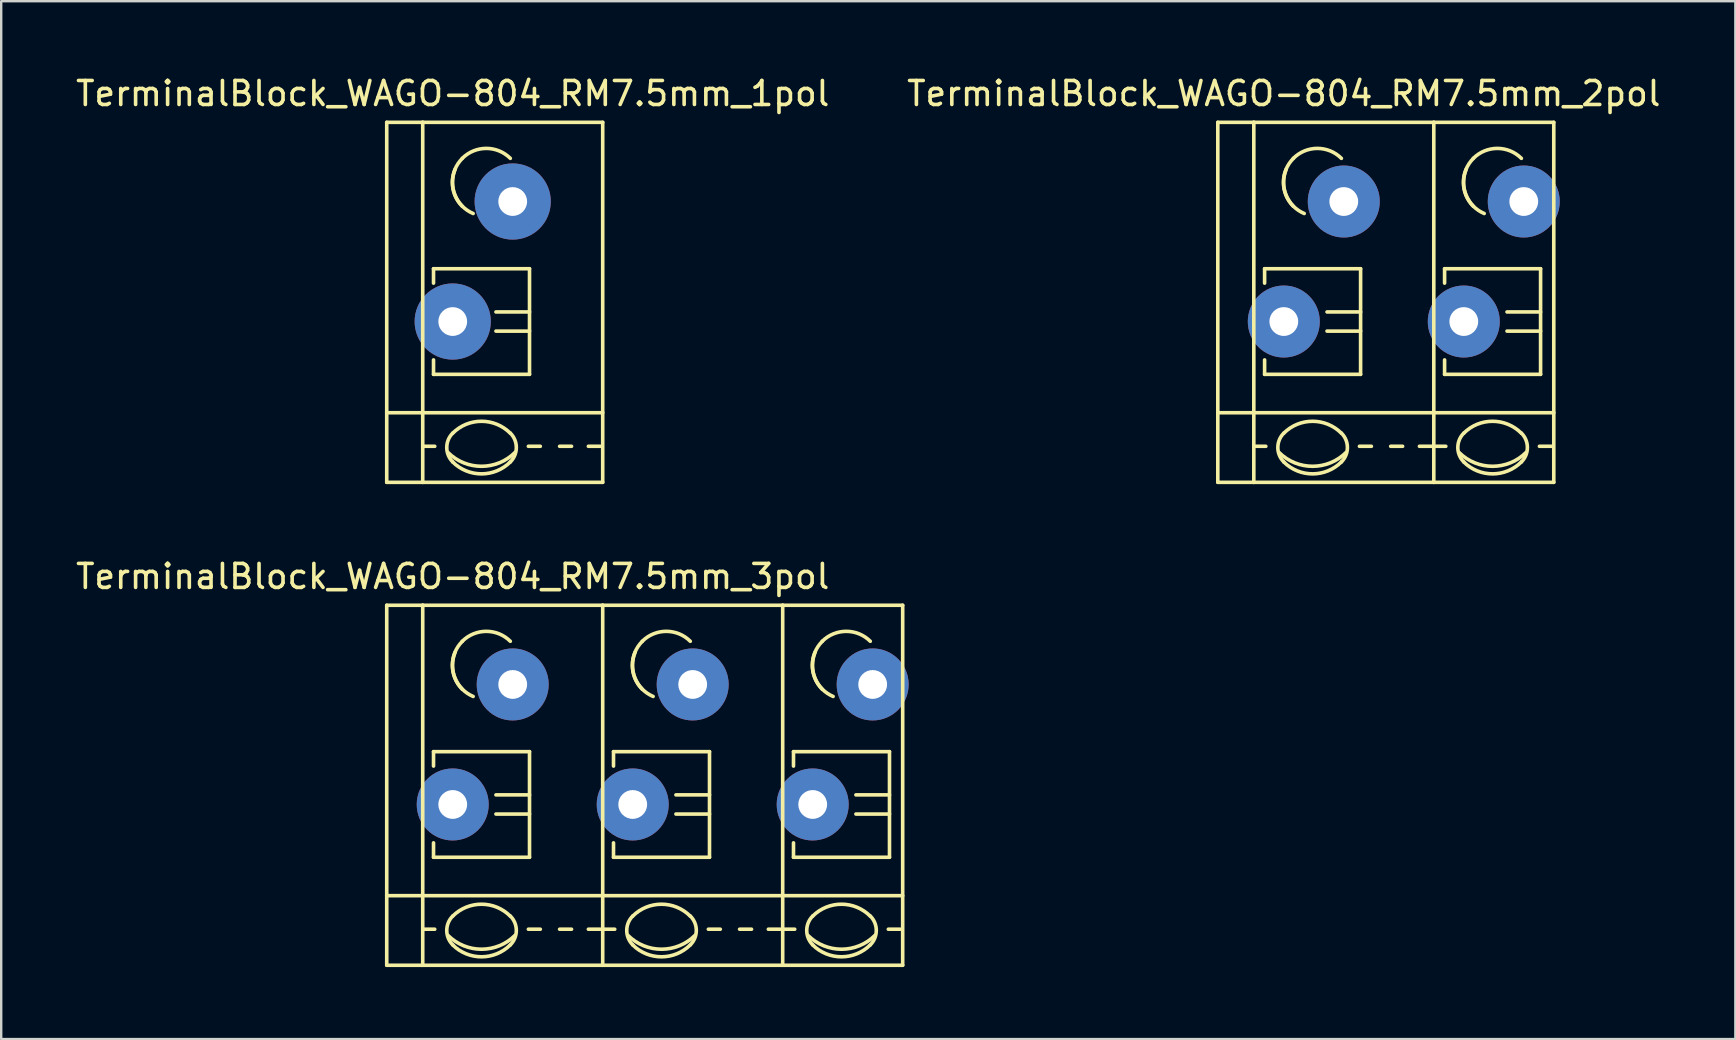
<source format=kicad_pcb>
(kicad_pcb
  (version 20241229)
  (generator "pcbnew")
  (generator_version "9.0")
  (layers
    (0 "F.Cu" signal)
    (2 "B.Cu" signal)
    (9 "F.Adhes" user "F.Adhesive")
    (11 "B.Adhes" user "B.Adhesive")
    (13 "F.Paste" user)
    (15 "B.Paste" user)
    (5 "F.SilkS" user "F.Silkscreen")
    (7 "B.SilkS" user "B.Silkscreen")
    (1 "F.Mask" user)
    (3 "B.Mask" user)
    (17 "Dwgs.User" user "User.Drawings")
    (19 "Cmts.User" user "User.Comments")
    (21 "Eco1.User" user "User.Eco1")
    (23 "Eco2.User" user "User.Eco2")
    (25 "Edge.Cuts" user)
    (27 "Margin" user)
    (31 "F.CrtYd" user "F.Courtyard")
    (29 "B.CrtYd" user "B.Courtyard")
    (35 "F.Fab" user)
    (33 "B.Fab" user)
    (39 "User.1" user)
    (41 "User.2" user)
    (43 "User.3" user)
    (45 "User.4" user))
  (footprint "TerminalBlock_WAGO-804_RM7.5mm_3pol"
    (layer "F.Cu")
    (at 15.815 30.472)
    (property "Reference" "TerminalBlock_WAGO-804_RM7.5mm_3pol" (at 0 -9.5 0) (layer "F.SilkS") (effects (font (size 1 1) (thickness 0.15))))
    (attr through_hole)
    (fp_line (start -2.75 -8.3) (end -1.25 -8.3) (stroke (width 0.15) (type solid)) (layer "F.SilkS"))
    (fp_line (start -2.75 6.7) (end -2.75 -8.3) (stroke (width 0.15) (type solid)) (layer "F.SilkS"))
    (fp_line (start -1.25 3.8) (end -2.75 3.8) (stroke (width 0.15) (type solid)) (layer "F.SilkS"))
    (fp_line (start -1.25 3.8) (end 6.25 3.8) (stroke (width 0.15) (type solid)) (layer "F.SilkS"))
    (fp_line (start -1.25 6.7) (end -2.75 6.7) (stroke (width 0.15) (type solid)) (layer "F.SilkS"))
    (fp_line (start -1.25 5.199) (end -0.749 5.199) (stroke (width 0.15) (type solid)) (layer "F.SilkS"))
    (fp_line (start -1.25 6.701) (end -1.25 -8.301) (stroke (width 0.15) (type solid)) (layer "F.SilkS"))
    (fp_line (start -0.8 -2.2) (end -0.8 -1.6) (stroke (width 0.15) (type solid)) (layer "F.SilkS"))
    (fp_line (start -0.8 -2.2) (end 3.2 -2.2) (stroke (width 0.15) (type solid)) (layer "F.SilkS"))
    (fp_line (start -0.8 2.2) (end -0.8 1.6) (stroke (width 0.15) (type solid)) (layer "F.SilkS"))
    (fp_line (start 3.2 -2.2) (end 3.2 2.2) (stroke (width 0.15) (type solid)) (layer "F.SilkS"))
    (fp_line (start 3.2 -0.399) (end 1.801 -0.399) (stroke (width 0.15) (type solid)) (layer "F.SilkS"))
    (fp_line (start 3.2 0.399) (end 1.801 0.399) (stroke (width 0.15) (type solid)) (layer "F.SilkS"))
    (fp_line (start 3.2 2.2) (end -0.8 2.2) (stroke (width 0.15) (type solid)) (layer "F.SilkS"))
    (fp_line (start 3.65 5.199) (end 3.152 5.199) (stroke (width 0.15) (type solid)) (layer "F.SilkS"))
    (fp_line (start 4.951 5.199) (end 4.454 5.199) (stroke (width 0.15) (type solid)) (layer "F.SilkS"))
    (fp_line (start 6.149 5.199) (end 5.652 5.199) (stroke (width 0.15) (type solid)) (layer "F.SilkS"))
    (fp_line (start 6.25 -8.3) (end -1.25 -8.3) (stroke (width 0.15) (type solid)) (layer "F.SilkS"))
    (fp_line (start 6.25 3.8) (end 13.75 3.8) (stroke (width 0.15) (type solid)) (layer "F.SilkS"))
    (fp_line (start 6.25 6.7) (end -1.25 6.7) (stroke (width 0.15) (type solid)) (layer "F.SilkS"))
    (fp_line (start 6.25 5.199) (end 6.751 5.199) (stroke (width 0.15) (type solid)) (layer "F.SilkS"))
    (fp_line (start 6.25 6.701) (end 6.25 -8.301) (stroke (width 0.15) (type solid)) (layer "F.SilkS"))
    (fp_line (start 6.7 -2.2) (end 6.7 -1.6) (stroke (width 0.15) (type solid)) (layer "F.SilkS"))
    (fp_line (start 6.7 -2.2) (end 10.7 -2.2) (stroke (width 0.15) (type solid)) (layer "F.SilkS"))
    (fp_line (start 6.7 2.2) (end 6.7 1.6) (stroke (width 0.15) (type solid)) (layer "F.SilkS"))
    (fp_line (start 10.7 -2.2) (end 10.7 2.2) (stroke (width 0.15) (type solid)) (layer "F.SilkS"))
    (fp_line (start 10.7 -0.399) (end 9.301 -0.399) (stroke (width 0.15) (type solid)) (layer "F.SilkS"))
    (fp_line (start 10.7 0.399) (end 9.301 0.399) (stroke (width 0.15) (type solid)) (layer "F.SilkS"))
    (fp_line (start 10.7 2.2) (end 6.7 2.2) (stroke (width 0.15) (type solid)) (layer "F.SilkS"))
    (fp_line (start 11.15 5.199) (end 10.652 5.199) (stroke (width 0.15) (type solid)) (layer "F.SilkS"))
    (fp_line (start 12.451 5.199) (end 11.954 5.199) (stroke (width 0.15) (type solid)) (layer "F.SilkS"))
    (fp_line (start 13.649 5.199) (end 13.152 5.199) (stroke (width 0.15) (type solid)) (layer "F.SilkS"))
    (fp_line (start 13.75 -8.3) (end 6.25 -8.3) (stroke (width 0.15) (type solid)) (layer "F.SilkS"))
    (fp_line (start 13.75 -8.3) (end 18.75 -8.3) (stroke (width 0.15) (type solid)) (layer "F.SilkS"))
    (fp_line (start 13.75 3.8) (end 18.75 3.8) (stroke (width 0.15) (type solid)) (layer "F.SilkS"))
    (fp_line (start 13.75 6.7) (end 6.25 6.7) (stroke (width 0.15) (type solid)) (layer "F.SilkS"))
    (fp_line (start 13.75 6.7) (end 13.75 -8.3) (stroke (width 0.15) (type solid)) (layer "F.SilkS"))
    (fp_line (start 13.75 6.7) (end 18.75 6.7) (stroke (width 0.15) (type solid)) (layer "F.SilkS"))
    (fp_line (start 13.75 5.199) (end 14.251 5.199) (stroke (width 0.15) (type solid)) (layer "F.SilkS"))
    (fp_line (start 14.2 -2.2) (end 14.2 -1.6) (stroke (width 0.15) (type solid)) (layer "F.SilkS"))
    (fp_line (start 14.2 -2.2) (end 18.2 -2.2) (stroke (width 0.15) (type solid)) (layer "F.SilkS"))
    (fp_line (start 14.2 2.2) (end 14.2 1.6) (stroke (width 0.15) (type solid)) (layer "F.SilkS"))
    (fp_line (start 18.2 -2.2) (end 18.2 2.2) (stroke (width 0.15) (type solid)) (layer "F.SilkS"))
    (fp_line (start 18.2 -0.399) (end 16.801 -0.399) (stroke (width 0.15) (type solid)) (layer "F.SilkS"))
    (fp_line (start 18.2 0.399) (end 16.801 0.399) (stroke (width 0.15) (type solid)) (layer "F.SilkS"))
    (fp_line (start 18.2 2.2) (end 14.2 2.2) (stroke (width 0.15) (type solid)) (layer "F.SilkS"))
    (fp_line (start 18.65 5.199) (end 18.152 5.199) (stroke (width 0.15) (type solid)) (layer "F.SilkS"))
    (fp_line (start 18.75 6.7) (end 18.75 -8.3) (stroke (width 0.15) (type solid)) (layer "F.SilkS"))
    (fp_arc (start 0 4.65328) (mid 1.19888 4.156688) (end 2.39776 4.65328) (stroke (width 0.15) (type solid)) (layer "F.SilkS"))
    (fp_arc (start 0 5.84962) (mid -0.248296 5.25018) (end 0 4.65074) (stroke (width 0.15) (type solid)) (layer "F.SilkS"))
    (fp_arc (start 0.39878 -6.79958) (mid 1.39954 -7.214108) (end 2.4003 -6.79958) (stroke (width 0.15) (type solid)) (layer "F.SilkS"))
    (fp_arc (start 0.39878 -4.8006) (mid -0.013952 -5.800616) (end 0.40132 -6.79958) (stroke (width 0.15) (type solid)) (layer "F.SilkS"))
    (fp_arc (start 0.8509 -4.50088) (mid 0.093811 -5.268985) (end 0.1016 -6.34746) (stroke (width 0.15) (type solid)) (layer "F.SilkS"))
    (fp_arc (start 2.4003 5.84962) (mid 1.200676 6.348008) (end 0 5.85216) (stroke (width 0.15) (type solid)) (layer "F.SilkS"))
    (fp_arc (start 2.40284 4.65074) (mid 2.650392 5.251976) (end 2.4003 5.85216) (stroke (width 0.15) (type solid)) (layer "F.SilkS"))
    (fp_arc (start 2.60096 5.45084) (mid 1.200676 6.032345) (end -0.20066 5.45338) (stroke (width 0.15) (type solid)) (layer "F.SilkS"))
    (fp_arc (start 7.5 4.65328) (mid 8.69888 4.156688) (end 9.89776 4.65328) (stroke (width 0.15) (type solid)) (layer "F.SilkS"))
    (fp_arc (start 7.5 5.84962) (mid 7.251704 5.25018) (end 7.5 4.65074) (stroke (width 0.15) (type solid)) (layer "F.SilkS"))
    (fp_arc (start 7.89878 -6.79958) (mid 8.89954 -7.214108) (end 9.9003 -6.79958) (stroke (width 0.15) (type solid)) (layer "F.SilkS"))
    (fp_arc (start 7.89878 -4.8006) (mid 7.486048 -5.800616) (end 7.90132 -6.79958) (stroke (width 0.15) (type solid)) (layer "F.SilkS"))
    (fp_arc (start 8.3509 -4.50088) (mid 7.593811 -5.268985) (end 7.6016 -6.34746) (stroke (width 0.15) (type solid)) (layer "F.SilkS"))
    (fp_arc (start 9.9003 5.84962) (mid 8.700676 6.348008) (end 7.5 5.85216) (stroke (width 0.15) (type solid)) (layer "F.SilkS"))
    (fp_arc (start 9.90284 4.65074) (mid 10.150392 5.251976) (end 9.9003 5.85216) (stroke (width 0.15) (type solid)) (layer "F.SilkS"))
    (fp_arc (start 10.10096 5.45084) (mid 8.700676 6.032345) (end 7.29934 5.45338) (stroke (width 0.15) (type solid)) (layer "F.SilkS"))
    (fp_arc (start 15 4.65328) (mid 16.19888 4.156688) (end 17.39776 4.65328) (stroke (width 0.15) (type solid)) (layer "F.SilkS"))
    (fp_arc (start 15 5.84962) (mid 14.751704 5.25018) (end 15 4.65074) (stroke (width 0.15) (type solid)) (layer "F.SilkS"))
    (fp_arc (start 15.39878 -6.79958) (mid 16.39954 -7.214108) (end 17.4003 -6.79958) (stroke (width 0.15) (type solid)) (layer "F.SilkS"))
    (fp_arc (start 15.39878 -4.8006) (mid 14.986048 -5.800616) (end 15.40132 -6.79958) (stroke (width 0.15) (type solid)) (layer "F.SilkS"))
    (fp_arc (start 15.8509 -4.50088) (mid 15.093811 -5.268985) (end 15.1016 -6.34746) (stroke (width 0.15) (type solid)) (layer "F.SilkS"))
    (fp_arc (start 17.4003 5.84962) (mid 16.200676 6.348008) (end 15 5.85216) (stroke (width 0.15) (type solid)) (layer "F.SilkS"))
    (fp_arc (start 17.40284 4.65074) (mid 17.650392 5.251976) (end 17.4003 5.85216) (stroke (width 0.15) (type solid)) (layer "F.SilkS"))
    (fp_arc (start 17.60096 5.45084) (mid 16.200676 6.032345) (end 14.79934 5.45338) (stroke (width 0.15) (type solid)) (layer "F.SilkS"))
    (pad "1" thru_hole circle (at 0 0) (size 3 3) (drill 1.2) (layers "*.Cu" "*.Mask"))
    (pad "1" thru_hole circle (at 2.499 -5.001) (size 3 3) (drill 1.2) (layers "*.Cu" "*.Mask"))
    (pad "2" thru_hole circle (at 7.5 0) (size 3 3) (drill 1.2) (layers "*.Cu" "*.Mask"))
    (pad "2" thru_hole circle (at 9.999 -5.001) (size 3 3) (drill 1.2) (layers "*.Cu" "*.Mask"))
    (pad "3" thru_hole circle (at 15 0) (size 3 3) (drill 1.2) (layers "*.Cu" "*.Mask"))
    (pad "3" thru_hole circle (at 17.499 -5.001) (size 3 3) (drill 1.2) (layers "*.Cu" "*.Mask")))
  (footprint "TerminalBlock_WAGO-804_RM7.5mm_1pol"
    (layer "F.Cu")
    (at 15.815 10.348)
    (property "Reference" "TerminalBlock_WAGO-804_RM7.5mm_1pol" (at 0 -9.5 0) (layer "F.SilkS") (effects (font (size 1 1) (thickness 0.15))))
    (attr through_hole)
    (fp_line (start -2.75 -8.3) (end -1.25 -8.3) (stroke (width 0.15) (type solid)) (layer "F.SilkS"))
    (fp_line (start -2.75 6.7) (end -2.75 -8.3) (stroke (width 0.15) (type solid)) (layer "F.SilkS"))
    (fp_line (start -1.25 3.8) (end -2.75 3.8) (stroke (width 0.15) (type solid)) (layer "F.SilkS"))
    (fp_line (start -1.25 3.8) (end 6.25 3.8) (stroke (width 0.15) (type solid)) (layer "F.SilkS"))
    (fp_line (start -1.25 6.7) (end -2.75 6.7) (stroke (width 0.15) (type solid)) (layer "F.SilkS"))
    (fp_line (start -1.25 5.199) (end -0.749 5.199) (stroke (width 0.15) (type solid)) (layer "F.SilkS"))
    (fp_line (start -1.25 6.701) (end -1.25 -8.301) (stroke (width 0.15) (type solid)) (layer "F.SilkS"))
    (fp_line (start -0.8 -2.2) (end -0.8 -1.6) (stroke (width 0.15) (type solid)) (layer "F.SilkS"))
    (fp_line (start -0.8 -2.2) (end 3.2 -2.2) (stroke (width 0.15) (type solid)) (layer "F.SilkS"))
    (fp_line (start -0.8 2.2) (end -0.8 1.6) (stroke (width 0.15) (type solid)) (layer "F.SilkS"))
    (fp_line (start 3.2 -2.2) (end 3.2 2.2) (stroke (width 0.15) (type solid)) (layer "F.SilkS"))
    (fp_line (start 3.2 -0.399) (end 1.801 -0.399) (stroke (width 0.15) (type solid)) (layer "F.SilkS"))
    (fp_line (start 3.2 0.399) (end 1.801 0.399) (stroke (width 0.15) (type solid)) (layer "F.SilkS"))
    (fp_line (start 3.2 2.2) (end -0.8 2.2) (stroke (width 0.15) (type solid)) (layer "F.SilkS"))
    (fp_line (start 3.65 5.199) (end 3.152 5.199) (stroke (width 0.15) (type solid)) (layer "F.SilkS"))
    (fp_line (start 4.951 5.199) (end 4.454 5.199) (stroke (width 0.15) (type solid)) (layer "F.SilkS"))
    (fp_line (start 6.149 5.199) (end 5.652 5.199) (stroke (width 0.15) (type solid)) (layer "F.SilkS"))
    (fp_line (start 6.25 -8.3) (end -1.25 -8.3) (stroke (width 0.15) (type solid)) (layer "F.SilkS"))
    (fp_line (start 6.25 6.7) (end -1.25 6.7) (stroke (width 0.15) (type solid)) (layer "F.SilkS"))
    (fp_line (start 6.25 6.7) (end 6.25 -8.3) (stroke (width 0.15) (type solid)) (layer "F.SilkS"))
    (fp_arc (start 0 4.65328) (mid 1.19888 4.156688) (end 2.39776 4.65328) (stroke (width 0.15) (type solid)) (layer "F.SilkS"))
    (fp_arc (start 0 5.84962) (mid -0.248296 5.25018) (end 0 4.65074) (stroke (width 0.15) (type solid)) (layer "F.SilkS"))
    (fp_arc (start 0.39878 -6.79958) (mid 1.39954 -7.214108) (end 2.4003 -6.79958) (stroke (width 0.15) (type solid)) (layer "F.SilkS"))
    (fp_arc (start 0.39878 -4.8006) (mid -0.013952 -5.800616) (end 0.40132 -6.79958) (stroke (width 0.15) (type solid)) (layer "F.SilkS"))
    (fp_arc (start 0.8509 -4.50088) (mid 0.093811 -5.268985) (end 0.1016 -6.34746) (stroke (width 0.15) (type solid)) (layer "F.SilkS"))
    (fp_arc (start 2.4003 5.84962) (mid 1.200676 6.348008) (end 0 5.85216) (stroke (width 0.15) (type solid)) (layer "F.SilkS"))
    (fp_arc (start 2.40284 4.65074) (mid 2.650392 5.251976) (end 2.4003 5.85216) (stroke (width 0.15) (type solid)) (layer "F.SilkS"))
    (fp_arc (start 2.60096 5.45084) (mid 1.200676 6.032345) (end -0.20066 5.45338) (stroke (width 0.15) (type solid)) (layer "F.SilkS"))
    (pad "1" thru_hole circle (at 0 0) (size 3.175 3.175) (drill 1.199) (layers "*.Cu" "*.Mask"))
    (pad "1" thru_hole circle (at 2.499 -5.001) (size 3.175 3.175) (drill 1.199) (layers "*.Cu" "*.Mask")))
  (footprint "TerminalBlock_WAGO-804_RM7.5mm_2pol"
    (layer "F.Cu")
    (at 50.446 10.348)
    (property "Reference" "TerminalBlock_WAGO-804_RM7.5mm_2pol" (at 0 -9.5 0) (layer "F.SilkS") (effects (font (size 1 1) (thickness 0.15))))
    (attr through_hole)
    (fp_line (start -2.75 -8.3) (end -1.25 -8.3) (stroke (width 0.15) (type solid)) (layer "F.SilkS"))
    (fp_line (start -2.75 6.7) (end -2.75 -8.3) (stroke (width 0.15) (type solid)) (layer "F.SilkS"))
    (fp_line (start -1.25 3.8) (end -2.75 3.8) (stroke (width 0.15) (type solid)) (layer "F.SilkS"))
    (fp_line (start -1.25 3.8) (end 6.25 3.8) (stroke (width 0.15) (type solid)) (layer "F.SilkS"))
    (fp_line (start -1.25 6.7) (end -2.75 6.7) (stroke (width 0.15) (type solid)) (layer "F.SilkS"))
    (fp_line (start -1.25 5.199) (end -0.749 5.199) (stroke (width 0.15) (type solid)) (layer "F.SilkS"))
    (fp_line (start -1.25 6.701) (end -1.25 -8.301) (stroke (width 0.15) (type solid)) (layer "F.SilkS"))
    (fp_line (start -0.8 -2.2) (end -0.8 -1.6) (stroke (width 0.15) (type solid)) (layer "F.SilkS"))
    (fp_line (start -0.8 -2.2) (end 3.2 -2.2) (stroke (width 0.15) (type solid)) (layer "F.SilkS"))
    (fp_line (start -0.8 2.2) (end -0.8 1.6) (stroke (width 0.15) (type solid)) (layer "F.SilkS"))
    (fp_line (start 3.2 -2.2) (end 3.2 2.2) (stroke (width 0.15) (type solid)) (layer "F.SilkS"))
    (fp_line (start 3.2 -0.399) (end 1.801 -0.399) (stroke (width 0.15) (type solid)) (layer "F.SilkS"))
    (fp_line (start 3.2 0.399) (end 1.801 0.399) (stroke (width 0.15) (type solid)) (layer "F.SilkS"))
    (fp_line (start 3.2 2.2) (end -0.8 2.2) (stroke (width 0.15) (type solid)) (layer "F.SilkS"))
    (fp_line (start 3.65 5.199) (end 3.152 5.199) (stroke (width 0.15) (type solid)) (layer "F.SilkS"))
    (fp_line (start 4.951 5.199) (end 4.454 5.199) (stroke (width 0.15) (type solid)) (layer "F.SilkS"))
    (fp_line (start 6.149 5.199) (end 5.652 5.199) (stroke (width 0.15) (type solid)) (layer "F.SilkS"))
    (fp_line (start 6.25 -8.3) (end -1.25 -8.3) (stroke (width 0.15) (type solid)) (layer "F.SilkS"))
    (fp_line (start 6.25 -8.3) (end 11.25 -8.3) (stroke (width 0.15) (type solid)) (layer "F.SilkS"))
    (fp_line (start 6.25 3.8) (end 11.25 3.8) (stroke (width 0.15) (type solid)) (layer "F.SilkS"))
    (fp_line (start 6.25 6.7) (end -1.25 6.7) (stroke (width 0.15) (type solid)) (layer "F.SilkS"))
    (fp_line (start 6.25 6.7) (end 6.25 -8.3) (stroke (width 0.15) (type solid)) (layer "F.SilkS"))
    (fp_line (start 6.25 6.7) (end 11.25 6.7) (stroke (width 0.15) (type solid)) (layer "F.SilkS"))
    (fp_line (start 6.25 5.199) (end 6.751 5.199) (stroke (width 0.15) (type solid)) (layer "F.SilkS"))
    (fp_line (start 6.7 -2.2) (end 6.7 -1.6) (stroke (width 0.15) (type solid)) (layer "F.SilkS"))
    (fp_line (start 6.7 -2.2) (end 10.7 -2.2) (stroke (width 0.15) (type solid)) (layer "F.SilkS"))
    (fp_line (start 6.7 2.2) (end 6.7 1.6) (stroke (width 0.15) (type solid)) (layer "F.SilkS"))
    (fp_line (start 10.7 -2.2) (end 10.7 2.2) (stroke (width 0.15) (type solid)) (layer "F.SilkS"))
    (fp_line (start 10.7 -0.399) (end 9.301 -0.399) (stroke (width 0.15) (type solid)) (layer "F.SilkS"))
    (fp_line (start 10.7 0.399) (end 9.301 0.399) (stroke (width 0.15) (type solid)) (layer "F.SilkS"))
    (fp_line (start 10.7 2.2) (end 6.7 2.2) (stroke (width 0.15) (type solid)) (layer "F.SilkS"))
    (fp_line (start 11.15 5.199) (end 10.652 5.199) (stroke (width 0.15) (type solid)) (layer "F.SilkS"))
    (fp_line (start 11.25 6.7) (end 11.25 -8.3) (stroke (width 0.15) (type solid)) (layer "F.SilkS"))
    (fp_arc (start 0 4.65328) (mid 1.19888 4.156688) (end 2.39776 4.65328) (stroke (width 0.15) (type solid)) (layer "F.SilkS"))
    (fp_arc (start 0 5.84962) (mid -0.248296 5.25018) (end 0 4.65074) (stroke (width 0.15) (type solid)) (layer "F.SilkS"))
    (fp_arc (start 0.39878 -6.79958) (mid 1.39954 -7.214108) (end 2.4003 -6.79958) (stroke (width 0.15) (type solid)) (layer "F.SilkS"))
    (fp_arc (start 0.39878 -4.8006) (mid -0.013952 -5.800616) (end 0.40132 -6.79958) (stroke (width 0.15) (type solid)) (layer "F.SilkS"))
    (fp_arc (start 0.8509 -4.50088) (mid 0.093811 -5.268985) (end 0.1016 -6.34746) (stroke (width 0.15) (type solid)) (layer "F.SilkS"))
    (fp_arc (start 2.4003 5.84962) (mid 1.200676 6.348008) (end 0 5.85216) (stroke (width 0.15) (type solid)) (layer "F.SilkS"))
    (fp_arc (start 2.40284 4.65074) (mid 2.650392 5.251976) (end 2.4003 5.85216) (stroke (width 0.15) (type solid)) (layer "F.SilkS"))
    (fp_arc (start 2.60096 5.45084) (mid 1.200676 6.032345) (end -0.20066 5.45338) (stroke (width 0.15) (type solid)) (layer "F.SilkS"))
    (fp_arc (start 7.5 4.65328) (mid 8.69888 4.156688) (end 9.89776 4.65328) (stroke (width 0.15) (type solid)) (layer "F.SilkS"))
    (fp_arc (start 7.5 5.84962) (mid 7.251704 5.25018) (end 7.5 4.65074) (stroke (width 0.15) (type solid)) (layer "F.SilkS"))
    (fp_arc (start 7.89878 -6.79958) (mid 8.89954 -7.214108) (end 9.9003 -6.79958) (stroke (width 0.15) (type solid)) (layer "F.SilkS"))
    (fp_arc (start 7.89878 -4.8006) (mid 7.486048 -5.800616) (end 7.90132 -6.79958) (stroke (width 0.15) (type solid)) (layer "F.SilkS"))
    (fp_arc (start 8.3509 -4.50088) (mid 7.593811 -5.268985) (end 7.6016 -6.34746) (stroke (width 0.15) (type solid)) (layer "F.SilkS"))
    (fp_arc (start 9.9003 5.84962) (mid 8.700676 6.348008) (end 7.5 5.85216) (stroke (width 0.15) (type solid)) (layer "F.SilkS"))
    (fp_arc (start 9.90284 4.65074) (mid 10.150392 5.251976) (end 9.9003 5.85216) (stroke (width 0.15) (type solid)) (layer "F.SilkS"))
    (fp_arc (start 10.10096 5.45084) (mid 8.700676 6.032345) (end 7.29934 5.45338) (stroke (width 0.15) (type solid)) (layer "F.SilkS"))
    (pad "1" thru_hole circle (at 0 0) (size 3 3) (drill 1.2) (layers "*.Cu" "*.Mask"))
    (pad "1" thru_hole circle (at 2.499 -5.001) (size 3 3) (drill 1.2) (layers "*.Cu" "*.Mask"))
    (pad "2" thru_hole circle (at 7.5 0) (size 3 3) (drill 1.2) (layers "*.Cu" "*.Mask"))
    (pad "2" thru_hole circle (at 9.999 -5.001) (size 3 3) (drill 1.2) (layers "*.Cu" "*.Mask")))
  (gr_rect
    (start -3 -3)
    (end 69.262 40.248)
    (stroke (width 0.1) (type default))
    (fill no)
    (layer "Edge.Cuts")))
</source>
